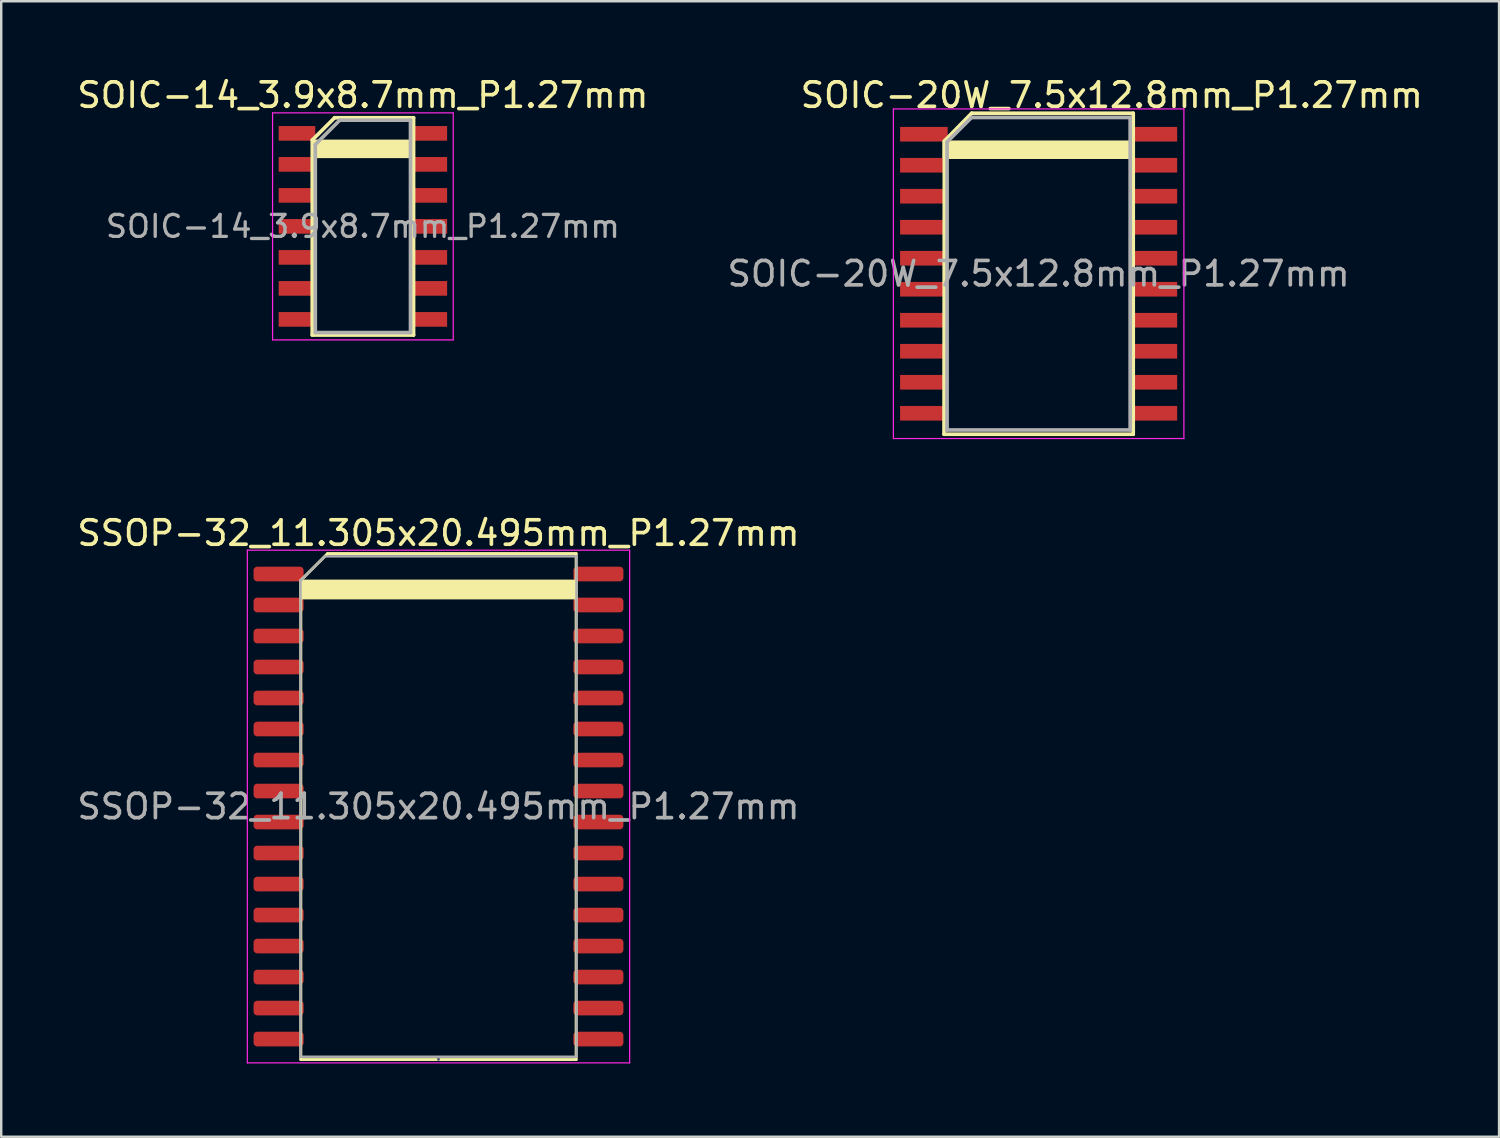
<source format=kicad_pcb>
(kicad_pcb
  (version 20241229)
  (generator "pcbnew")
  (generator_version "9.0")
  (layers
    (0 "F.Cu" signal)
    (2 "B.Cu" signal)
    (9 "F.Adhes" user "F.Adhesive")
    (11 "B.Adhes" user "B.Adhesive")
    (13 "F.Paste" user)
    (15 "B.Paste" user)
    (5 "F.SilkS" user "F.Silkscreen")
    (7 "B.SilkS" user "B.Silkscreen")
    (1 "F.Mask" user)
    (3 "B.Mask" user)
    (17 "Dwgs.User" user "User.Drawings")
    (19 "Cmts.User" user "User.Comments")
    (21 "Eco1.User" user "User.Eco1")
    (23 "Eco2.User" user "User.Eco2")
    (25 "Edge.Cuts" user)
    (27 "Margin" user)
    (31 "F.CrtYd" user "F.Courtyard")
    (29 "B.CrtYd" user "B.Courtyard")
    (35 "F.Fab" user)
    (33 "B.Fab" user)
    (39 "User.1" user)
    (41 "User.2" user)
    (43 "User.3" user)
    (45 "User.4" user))
  (footprint "SOIC-20W_7.5x12.8mm_P1.27mm"
    (layer "F.Cu")
    (at 39.494 8.163)
    (property "Reference" "SOIC-20W_7.5x12.8mm_P1.27mm" (at 2.997 -7.315 0) (layer "F.SilkS") (effects (font (size 1 1) (thickness 0.15))))
    (attr smd)
    (fp_line (start -3.875 6.575) (end -3.861 -5.436) (stroke (width 0.15) (type solid)) (layer "F.SilkS"))
    (fp_line (start -3.875 6.575) (end 3.875 6.575) (stroke (width 0.15) (type solid)) (layer "F.SilkS"))
    (fp_line (start -3.861 -5.436) (end -2.743 -6.575) (stroke (width 0.15) (type solid)) (layer "F.SilkS"))
    (fp_line (start -2.743 -6.575) (end 3.875 -6.575) (stroke (width 0.15) (type solid)) (layer "F.SilkS"))
    (fp_line (start 3.875 6.575) (end 3.875 -6.575) (stroke (width 0.15) (type solid)) (layer "F.SilkS"))
    (fp_poly (pts (xy -3.886 -5.41) (xy 3.886 -5.41) (xy 3.886 -4.75) (xy -3.886 -4.75)) (stroke (width 0.1) (type solid)) (fill yes) (layer "F.SilkS"))
    (fp_line (start -5.95 -6.75) (end -5.95 6.75) (stroke (width 0.05) (type solid)) (layer "F.CrtYd"))
    (fp_line (start -5.95 -6.75) (end 5.95 -6.75) (stroke (width 0.05) (type solid)) (layer "F.CrtYd"))
    (fp_line (start -5.95 6.75) (end 5.95 6.75) (stroke (width 0.05) (type solid)) (layer "F.CrtYd"))
    (fp_line (start 5.95 -6.75) (end 5.95 6.75) (stroke (width 0.05) (type solid)) (layer "F.CrtYd"))
    (fp_line (start -3.75 -5.4) (end -2.75 -6.4) (stroke (width 0.15) (type solid)) (layer "F.Fab"))
    (fp_line (start -3.75 6.4) (end -3.75 -5.4) (stroke (width 0.15) (type solid)) (layer "F.Fab"))
    (fp_line (start -2.75 -6.4) (end 3.75 -6.4) (stroke (width 0.15) (type solid)) (layer "F.Fab"))
    (fp_line (start 3.75 -6.4) (end 3.75 6.4) (stroke (width 0.15) (type solid)) (layer "F.Fab"))
    (fp_line (start 3.75 6.4) (end -3.75 6.4) (stroke (width 0.15) (type solid)) (layer "F.Fab"))
    (fp_text user "${REFERENCE}" (at 0 0 0) (layer "F.Fab") (effects (font (size 1 1) (thickness 0.15))))
    (pad "1" smd rect (at -4.7 -5.715) (size 1.95 0.6) (layers "F.Cu" "F.Mask" "F.Paste"))
    (pad "2" smd rect (at -4.7 -4.445) (size 1.95 0.6) (layers "F.Cu" "F.Mask" "F.Paste"))
    (pad "3" smd rect (at -4.7 -3.175) (size 1.95 0.6) (layers "F.Cu" "F.Mask" "F.Paste"))
    (pad "4" smd rect (at -4.7 -1.905) (size 1.95 0.6) (layers "F.Cu" "F.Mask" "F.Paste"))
    (pad "5" smd rect (at -4.7 -0.635) (size 1.95 0.6) (layers "F.Cu" "F.Mask" "F.Paste"))
    (pad "6" smd rect (at -4.7 0.635) (size 1.95 0.6) (layers "F.Cu" "F.Mask" "F.Paste"))
    (pad "7" smd rect (at -4.7 1.905) (size 1.95 0.6) (layers "F.Cu" "F.Mask" "F.Paste"))
    (pad "8" smd rect (at -4.7 3.175) (size 1.95 0.6) (layers "F.Cu" "F.Mask" "F.Paste"))
    (pad "9" smd rect (at -4.7 4.445) (size 1.95 0.6) (layers "F.Cu" "F.Mask" "F.Paste"))
    (pad "10" smd rect (at -4.7 5.715) (size 1.95 0.6) (layers "F.Cu" "F.Mask" "F.Paste"))
    (pad "11" smd rect (at 4.7 5.715) (size 1.95 0.6) (layers "F.Cu" "F.Mask" "F.Paste"))
    (pad "12" smd rect (at 4.7 4.445) (size 1.95 0.6) (layers "F.Cu" "F.Mask" "F.Paste"))
    (pad "13" smd rect (at 4.7 3.175) (size 1.95 0.6) (layers "F.Cu" "F.Mask" "F.Paste"))
    (pad "14" smd rect (at 4.7 1.905) (size 1.95 0.6) (layers "F.Cu" "F.Mask" "F.Paste"))
    (pad "15" smd rect (at 4.7 0.635) (size 1.95 0.6) (layers "F.Cu" "F.Mask" "F.Paste"))
    (pad "16" smd rect (at 4.7 -0.635) (size 1.95 0.6) (layers "F.Cu" "F.Mask" "F.Paste"))
    (pad "17" smd rect (at 4.7 -1.905) (size 1.95 0.6) (layers "F.Cu" "F.Mask" "F.Paste"))
    (pad "18" smd rect (at 4.7 -3.175) (size 1.95 0.6) (layers "F.Cu" "F.Mask" "F.Paste"))
    (pad "19" smd rect (at 4.7 -4.445) (size 1.95 0.6) (layers "F.Cu" "F.Mask" "F.Paste"))
    (pad "20" smd rect (at 4.7 -5.715) (size 1.95 0.6) (layers "F.Cu" "F.Mask" "F.Paste")))
  (footprint "SOIC-14_3.9x8.7mm_P1.27mm"
    (layer "F.Cu")
    (at 11.815 6.223)
    (property "Reference" "SOIC-14_3.9x8.7mm_P1.27mm" (at 0 -5.375 0) (layer "F.SilkS") (effects (font (size 1 1) (thickness 0.15))))
    (attr smd)
    (fp_line (start -2.075 4.45) (end -2.073 -3.536) (stroke (width 0.15) (type solid)) (layer "F.SilkS"))
    (fp_line (start -2.075 4.45) (end 2.075 4.45) (stroke (width 0.15) (type solid)) (layer "F.SilkS"))
    (fp_line (start -2.073 -3.536) (end -1.158 -4.45) (stroke (width 0.15) (type solid)) (layer "F.SilkS"))
    (fp_line (start -1.158 -4.45) (end 2.075 -4.45) (stroke (width 0.15) (type solid)) (layer "F.SilkS"))
    (fp_line (start 2.075 4.45) (end 2.075 -4.45) (stroke (width 0.15) (type solid)) (layer "F.SilkS"))
    (fp_poly (pts (xy -2.057 -3.505) (xy 2.083 -3.505) (xy 2.083 -2.845) (xy -2.057 -2.845)) (stroke (width 0.1) (type solid)) (fill yes) (layer "F.SilkS"))
    (fp_line (start -3.7 -4.65) (end -3.7 4.65) (stroke (width 0.05) (type solid)) (layer "F.CrtYd"))
    (fp_line (start -3.7 -4.65) (end 3.7 -4.65) (stroke (width 0.05) (type solid)) (layer "F.CrtYd"))
    (fp_line (start -3.7 4.65) (end 3.7 4.65) (stroke (width 0.05) (type solid)) (layer "F.CrtYd"))
    (fp_line (start 3.7 -4.65) (end 3.7 4.65) (stroke (width 0.05) (type solid)) (layer "F.CrtYd"))
    (fp_line (start -1.95 -3.35) (end -0.95 -4.35) (stroke (width 0.15) (type solid)) (layer "F.Fab"))
    (fp_line (start -1.95 4.35) (end -1.95 -3.35) (stroke (width 0.15) (type solid)) (layer "F.Fab"))
    (fp_line (start -0.95 -4.35) (end 1.95 -4.35) (stroke (width 0.15) (type solid)) (layer "F.Fab"))
    (fp_line (start 1.95 -4.35) (end 1.95 4.35) (stroke (width 0.15) (type solid)) (layer "F.Fab"))
    (fp_line (start 1.95 4.35) (end -1.95 4.35) (stroke (width 0.15) (type solid)) (layer "F.Fab"))
    (fp_text user "${REFERENCE}" (at 0 0 0) (layer "F.Fab") (effects (font (size 0.9 0.9) (thickness 0.135))))
    (pad "1" smd rect (at -2.7 -3.81) (size 1.5 0.6) (layers "F.Cu" "F.Mask" "F.Paste"))
    (pad "2" smd rect (at -2.7 -2.54) (size 1.5 0.6) (layers "F.Cu" "F.Mask" "F.Paste"))
    (pad "3" smd rect (at -2.7 -1.27) (size 1.5 0.6) (layers "F.Cu" "F.Mask" "F.Paste"))
    (pad "4" smd rect (at -2.7 0) (size 1.5 0.6) (layers "F.Cu" "F.Mask" "F.Paste"))
    (pad "5" smd rect (at -2.7 1.27) (size 1.5 0.6) (layers "F.Cu" "F.Mask" "F.Paste"))
    (pad "6" smd rect (at -2.7 2.54) (size 1.5 0.6) (layers "F.Cu" "F.Mask" "F.Paste"))
    (pad "7" smd rect (at -2.7 3.81) (size 1.5 0.6) (layers "F.Cu" "F.Mask" "F.Paste"))
    (pad "8" smd rect (at 2.7 3.81) (size 1.5 0.6) (layers "F.Cu" "F.Mask" "F.Paste"))
    (pad "9" smd rect (at 2.7 2.54) (size 1.5 0.6) (layers "F.Cu" "F.Mask" "F.Paste"))
    (pad "10" smd rect (at 2.7 1.27) (size 1.5 0.6) (layers "F.Cu" "F.Mask" "F.Paste"))
    (pad "11" smd rect (at 2.7 0) (size 1.5 0.6) (layers "F.Cu" "F.Mask" "F.Paste"))
    (pad "12" smd rect (at 2.7 -1.27) (size 1.5 0.6) (layers "F.Cu" "F.Mask" "F.Paste"))
    (pad "13" smd rect (at 2.7 -2.54) (size 1.5 0.6) (layers "F.Cu" "F.Mask" "F.Paste"))
    (pad "14" smd rect (at 2.7 -3.81) (size 1.5 0.6) (layers "F.Cu" "F.Mask" "F.Paste")))
  (footprint "SSOP-32_11.305x20.495mm_P1.27mm"
    (layer "F.Cu")
    (at 14.911 29.987)
    (property "Reference" "SSOP-32_11.305x20.495mm_P1.27mm" (at 0 -11.2 0) (layer "F.SilkS") (effects (font (size 1 1) (thickness 0.15))))
    (attr smd)
    (fp_line (start -5.639 -9.266) (end -5.639 10.363) (stroke (width 0.12) (type solid)) (layer "F.SilkS"))
    (fp_line (start -5.639 -9.266) (end -4.542 -10.363) (stroke (width 0.12) (type solid)) (layer "F.SilkS"))
    (fp_line (start -5.639 10.363) (end 5.639 10.363) (stroke (width 0.12) (type solid)) (layer "F.SilkS"))
    (fp_line (start 5.639 -10.363) (end -4.542 -10.363) (stroke (width 0.12) (type solid)) (layer "F.SilkS"))
    (fp_line (start 5.639 10.363) (end 5.639 -10.363) (stroke (width 0.12) (type solid)) (layer "F.SilkS"))
    (fp_poly (pts (xy -5.639 -9.246) (xy -5.639 -8.534) (xy 5.639 -8.534) (xy 5.639 -9.246)) (stroke (width 0.1) (type solid)) (fill yes) (layer "F.SilkS"))
    (fp_line (start -7.83 -10.5) (end -7.83 10.5) (stroke (width 0.05) (type solid)) (layer "F.CrtYd"))
    (fp_line (start -7.83 10.5) (end 7.83 10.5) (stroke (width 0.05) (type solid)) (layer "F.CrtYd"))
    (fp_line (start 7.83 -10.5) (end -7.83 -10.5) (stroke (width 0.05) (type solid)) (layer "F.CrtYd"))
    (fp_line (start 7.83 10.5) (end 7.83 -10.5) (stroke (width 0.05) (type solid)) (layer "F.CrtYd"))
    (fp_line (start 0 10.357) (end 0 10.357) (stroke (width 0.12) (type solid)) (layer "B.Fab"))
    (fp_line (start -5.652 -9.248) (end -4.652 -10.248) (stroke (width 0.1) (type solid)) (layer "F.Fab"))
    (fp_line (start -5.652 10.248) (end -5.652 -9.248) (stroke (width 0.1) (type solid)) (layer "F.Fab"))
    (fp_line (start -4.652 -10.248) (end 5.652 -10.248) (stroke (width 0.1) (type solid)) (layer "F.Fab"))
    (fp_line (start 5.652 -10.248) (end 5.652 10.248) (stroke (width 0.1) (type solid)) (layer "F.Fab"))
    (fp_line (start 5.652 10.248) (end -5.652 10.248) (stroke (width 0.1) (type solid)) (layer "F.Fab"))
    (fp_text user "${REFERENCE}" (at 0 0 0) (layer "F.Fab") (effects (font (size 1 1) (thickness 0.15))))
    (pad "1" smd roundrect (at -6.55 -9.525) (size 2.05 0.6) (layers "F.Cu" "F.Mask" "F.Paste") (roundrect_rratio 0.25))
    (pad "2" smd roundrect (at -6.55 -8.255) (size 2.05 0.6) (layers "F.Cu" "F.Mask" "F.Paste") (roundrect_rratio 0.25))
    (pad "3" smd roundrect (at -6.55 -6.985) (size 2.05 0.6) (layers "F.Cu" "F.Mask" "F.Paste") (roundrect_rratio 0.25))
    (pad "4" smd roundrect (at -6.55 -5.715) (size 2.05 0.6) (layers "F.Cu" "F.Mask" "F.Paste") (roundrect_rratio 0.25))
    (pad "5" smd roundrect (at -6.55 -4.445) (size 2.05 0.6) (layers "F.Cu" "F.Mask" "F.Paste") (roundrect_rratio 0.25))
    (pad "6" smd roundrect (at -6.55 -3.175) (size 2.05 0.6) (layers "F.Cu" "F.Mask" "F.Paste") (roundrect_rratio 0.25))
    (pad "7" smd roundrect (at -6.55 -1.905) (size 2.05 0.6) (layers "F.Cu" "F.Mask" "F.Paste") (roundrect_rratio 0.25))
    (pad "8" smd roundrect (at -6.55 -0.635) (size 2.05 0.6) (layers "F.Cu" "F.Mask" "F.Paste") (roundrect_rratio 0.25))
    (pad "9" smd roundrect (at -6.55 0.635) (size 2.05 0.6) (layers "F.Cu" "F.Mask" "F.Paste") (roundrect_rratio 0.25))
    (pad "10" smd roundrect (at -6.55 1.905) (size 2.05 0.6) (layers "F.Cu" "F.Mask" "F.Paste") (roundrect_rratio 0.25))
    (pad "11" smd roundrect (at -6.55 3.175) (size 2.05 0.6) (layers "F.Cu" "F.Mask" "F.Paste") (roundrect_rratio 0.25))
    (pad "12" smd roundrect (at -6.55 4.445) (size 2.05 0.6) (layers "F.Cu" "F.Mask" "F.Paste") (roundrect_rratio 0.25))
    (pad "13" smd roundrect (at -6.55 5.715) (size 2.05 0.6) (layers "F.Cu" "F.Mask" "F.Paste") (roundrect_rratio 0.25))
    (pad "14" smd roundrect (at -6.55 6.985) (size 2.05 0.6) (layers "F.Cu" "F.Mask" "F.Paste") (roundrect_rratio 0.25))
    (pad "15" smd roundrect (at -6.55 8.255) (size 2.05 0.6) (layers "F.Cu" "F.Mask" "F.Paste") (roundrect_rratio 0.25))
    (pad "16" smd roundrect (at -6.55 9.525) (size 2.05 0.6) (layers "F.Cu" "F.Mask" "F.Paste") (roundrect_rratio 0.25))
    (pad "17" smd roundrect (at 6.55 9.525) (size 2.05 0.6) (layers "F.Cu" "F.Mask" "F.Paste") (roundrect_rratio 0.25))
    (pad "18" smd roundrect (at 6.55 8.255) (size 2.05 0.6) (layers "F.Cu" "F.Mask" "F.Paste") (roundrect_rratio 0.25))
    (pad "19" smd roundrect (at 6.55 6.985) (size 2.05 0.6) (layers "F.Cu" "F.Mask" "F.Paste") (roundrect_rratio 0.25))
    (pad "20" smd roundrect (at 6.55 5.715) (size 2.05 0.6) (layers "F.Cu" "F.Mask" "F.Paste") (roundrect_rratio 0.25))
    (pad "21" smd roundrect (at 6.55 4.445) (size 2.05 0.6) (layers "F.Cu" "F.Mask" "F.Paste") (roundrect_rratio 0.25))
    (pad "22" smd roundrect (at 6.55 3.175) (size 2.05 0.6) (layers "F.Cu" "F.Mask" "F.Paste") (roundrect_rratio 0.25))
    (pad "23" smd roundrect (at 6.55 1.905) (size 2.05 0.6) (layers "F.Cu" "F.Mask" "F.Paste") (roundrect_rratio 0.25))
    (pad "24" smd roundrect (at 6.55 0.635) (size 2.05 0.6) (layers "F.Cu" "F.Mask" "F.Paste") (roundrect_rratio 0.25))
    (pad "25" smd roundrect (at 6.55 -0.635) (size 2.05 0.6) (layers "F.Cu" "F.Mask" "F.Paste") (roundrect_rratio 0.25))
    (pad "26" smd roundrect (at 6.55 -1.905) (size 2.05 0.6) (layers "F.Cu" "F.Mask" "F.Paste") (roundrect_rratio 0.25))
    (pad "27" smd roundrect (at 6.55 -3.175) (size 2.05 0.6) (layers "F.Cu" "F.Mask" "F.Paste") (roundrect_rratio 0.25))
    (pad "28" smd roundrect (at 6.55 -4.445) (size 2.05 0.6) (layers "F.Cu" "F.Mask" "F.Paste") (roundrect_rratio 0.25))
    (pad "29" smd roundrect (at 6.55 -5.715) (size 2.05 0.6) (layers "F.Cu" "F.Mask" "F.Paste") (roundrect_rratio 0.25))
    (pad "30" smd roundrect (at 6.55 -6.985) (size 2.05 0.6) (layers "F.Cu" "F.Mask" "F.Paste") (roundrect_rratio 0.25))
    (pad "31" smd roundrect (at 6.55 -8.255) (size 2.05 0.6) (layers "F.Cu" "F.Mask" "F.Paste") (roundrect_rratio 0.25))
    (pad "32" smd roundrect (at 6.55 -9.525) (size 2.05 0.6) (layers "F.Cu" "F.Mask" "F.Paste") (roundrect_rratio 0.25)))
  (gr_rect
    (start -3 -3)
    (end 58.354 43.512)
    (stroke (width 0.1) (type default))
    (fill no)
    (layer "Edge.Cuts")))
</source>
